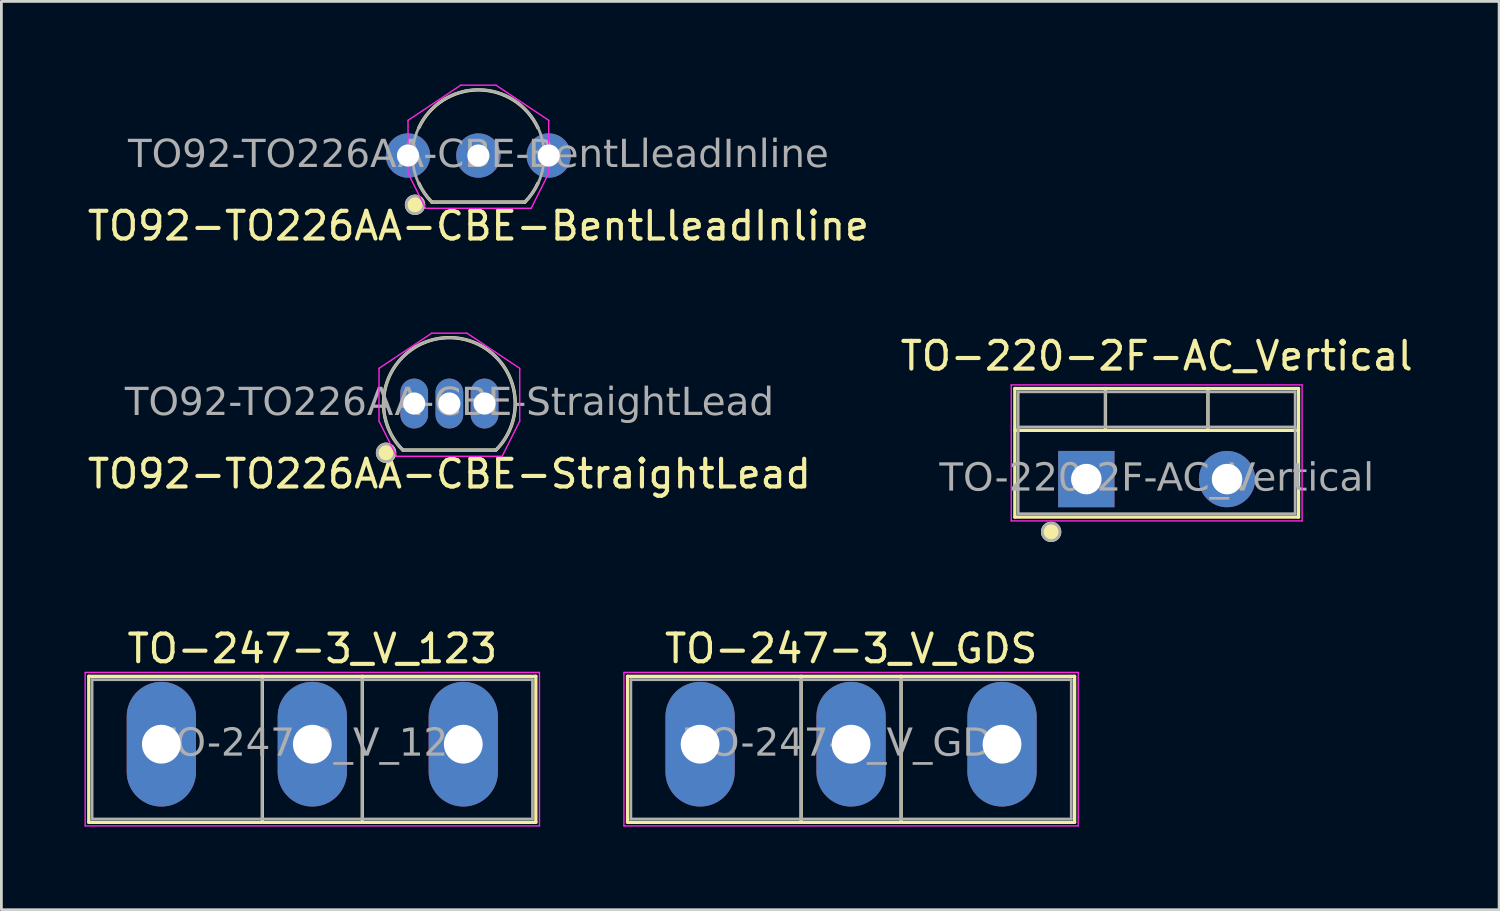
<source format=kicad_pcb>
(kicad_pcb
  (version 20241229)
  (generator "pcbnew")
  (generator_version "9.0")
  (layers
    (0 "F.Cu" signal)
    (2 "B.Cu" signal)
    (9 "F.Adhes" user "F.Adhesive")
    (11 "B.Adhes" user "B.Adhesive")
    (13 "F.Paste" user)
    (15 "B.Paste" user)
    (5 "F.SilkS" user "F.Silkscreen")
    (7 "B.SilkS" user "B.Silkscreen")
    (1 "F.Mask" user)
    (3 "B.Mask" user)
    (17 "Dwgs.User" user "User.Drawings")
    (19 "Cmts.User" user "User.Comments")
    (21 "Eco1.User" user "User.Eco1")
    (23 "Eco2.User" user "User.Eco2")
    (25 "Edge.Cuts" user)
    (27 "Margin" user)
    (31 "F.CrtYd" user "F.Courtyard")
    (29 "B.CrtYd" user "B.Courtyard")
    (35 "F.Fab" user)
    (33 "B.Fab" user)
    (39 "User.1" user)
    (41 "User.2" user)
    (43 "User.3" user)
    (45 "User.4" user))
  (footprint "TO92-TO226AA-CBE-BentLleadInline"
    (layer "F.Cu")
    (at 14.22 2.565)
    (property "Reference" "TO92-TO226AA-CBE-BentLleadInline" (at 0 2.54 0) (layer "F.SilkS") (effects (font (size 1 1) (thickness 0.15))))
    (attr through_hole)
    (fp_line (start -1.681 1.68) (end 1.681 1.68) (stroke (width 0.12) (type default)) (layer "F.SilkS"))
    (fp_arc (start -2.15 -1) (mid 0 -2.369703) (end 2.15 -1) (stroke (width 0.12) (type default)) (layer "F.SilkS"))
    (fp_arc (start -1.681 1.68) (mid -1.945246 1.360516) (end -2.15 1) (stroke (width 0.12) (type default)) (layer "F.SilkS"))
    (fp_arc (start 2.15 1) (mid 1.945246 1.360516) (end 1.681 1.68) (stroke (width 0.12) (type default)) (layer "F.SilkS"))
    (fp_circle (center -2.286 1.778) (end -1.968 1.778) (stroke (width 0.1) (type solid)) (fill yes) (layer "F.SilkS"))
    (fp_line (start -2.54 -1.27) (end -2.54 0.635) (stroke (width 0.05) (type solid)) (layer "F.CrtYd"))
    (fp_line (start -2.54 0.635) (end -1.905 1.905) (stroke (width 0.05) (type default)) (layer "F.CrtYd"))
    (fp_line (start -1.905 1.905) (end 1.905 1.905) (stroke (width 0.05) (type solid)) (layer "F.CrtYd"))
    (fp_line (start -0.635 -2.54) (end -2.54 -1.27) (stroke (width 0.05) (type default)) (layer "F.CrtYd"))
    (fp_line (start 0.635 -2.54) (end -0.635 -2.54) (stroke (width 0.05) (type solid)) (layer "F.CrtYd"))
    (fp_line (start 0.635 -2.54) (end 2.54 -1.27) (stroke (width 0.05) (type default)) (layer "F.CrtYd"))
    (fp_line (start 2.54 0.635) (end 1.905 1.905) (stroke (width 0.05) (type default)) (layer "F.CrtYd"))
    (fp_line (start 2.54 0.635) (end 2.54 -1.27) (stroke (width 0.05) (type solid)) (layer "F.CrtYd"))
    (fp_line (start 1.681 1.68) (end -1.681 1.68) (stroke (width 0.1) (type default)) (layer "F.Fab"))
    (fp_arc (start -1.68 1.68) (mid 0 -2.375877) (end 1.68 1.68) (stroke (width 0.1) (type default)) (layer "F.Fab"))
    (fp_circle (center -2.286 1.778) (end -1.968 1.778) (stroke (width 0.1) (type solid)) (fill no) (layer "F.Fab"))
    (fp_text user "${REFERENCE}" (at 0 0.000001 0) (layer "F.Fab") (effects (font (face "Tahoma") (size 1 1) (thickness 0.15))))
    (pad "B" thru_hole circle (at 0 0 90) (size 1.6 1.6) (drill 0.8) (layers "*.Cu" "*.Mask"))
    (pad "C" thru_hole circle (at -2.54 0 90) (size 1.6 1.6) (drill 0.8) (layers "*.Cu" "*.Mask"))
    (pad "E" thru_hole circle (at 2.54 0 90) (size 1.6 1.6) (drill 0.8) (layers "*.Cu" "*.Mask")))
  (footprint "TO-247-3_V_GDS"
    (layer "F.Cu")
    (at 27.675 23.817)
    (property "Reference" "TO-247-3_V_GDS" (at 0 -3.45 0) (layer "F.SilkS") (effects (font (size 1 1) (thickness 0.15))))
    (attr through_hole)
    (fp_line (start -8.07 -2.451) (end -8.07 2.82) (stroke (width 0.12) (type solid)) (layer "F.SilkS"))
    (fp_line (start -8.07 -2.451) (end 8.07 -2.451) (stroke (width 0.12) (type solid)) (layer "F.SilkS"))
    (fp_line (start -8.07 2.82) (end 8.07 2.82) (stroke (width 0.12) (type solid)) (layer "F.SilkS"))
    (fp_line (start -1.804 -2.451) (end -1.804 2.82) (stroke (width 0.12) (type solid)) (layer "F.SilkS"))
    (fp_line (start 1.805 -2.451) (end 1.805 2.82) (stroke (width 0.12) (type solid)) (layer "F.SilkS"))
    (fp_line (start 8.07 -2.451) (end 8.07 2.82) (stroke (width 0.12) (type solid)) (layer "F.SilkS"))
    (fp_line (start -8.2 -2.59) (end -8.2 2.95) (stroke (width 0.05) (type solid)) (layer "F.CrtYd"))
    (fp_line (start -8.2 2.95) (end 8.2 2.95) (stroke (width 0.05) (type solid)) (layer "F.CrtYd"))
    (fp_line (start 8.2 -2.59) (end -8.2 -2.59) (stroke (width 0.05) (type solid)) (layer "F.CrtYd"))
    (fp_line (start 8.2 2.95) (end 8.2 -2.59) (stroke (width 0.05) (type solid)) (layer "F.CrtYd"))
    (fp_line (start -7.95 -2.33) (end -7.95 2.7) (stroke (width 0.1) (type solid)) (layer "F.Fab"))
    (fp_line (start -7.95 2.7) (end 7.95 2.7) (stroke (width 0.1) (type solid)) (layer "F.Fab"))
    (fp_line (start -1.805 -2.33) (end -1.805 2.7) (stroke (width 0.1) (type solid)) (layer "F.Fab"))
    (fp_line (start 1.805 -2.33) (end 1.805 2.7) (stroke (width 0.1) (type solid)) (layer "F.Fab"))
    (fp_line (start 7.95 -2.33) (end -7.95 -2.33) (stroke (width 0.1) (type solid)) (layer "F.Fab"))
    (fp_line (start 7.95 2.7) (end 7.95 -2.33) (stroke (width 0.1) (type solid)) (layer "F.Fab"))
    (fp_text user "${REFERENCE}" (at 0 0 0) (layer "F.Fab") (effects (font (face "Tahoma") (size 1 1) (thickness 0.15))))
    (pad "D" thru_hole oval (at 0 0) (size 2.5 4.5) (drill 1.4) (layers "*.Cu" "*.Mask"))
    (pad "G" thru_hole oval (at -5.45 0) (size 2.5 4.5) (drill 1.4) (layers "*.Cu" "*.Mask"))
    (pad "S" thru_hole oval (at 5.45 0) (size 2.5 4.5) (drill 1.4) (layers "*.Cu" "*.Mask")))
  (footprint "TO-247-3_V_123"
    (layer "F.Cu")
    (at 8.225 23.817)
    (property "Reference" "TO-247-3_V_123" (at 0 -3.45 0) (layer "F.SilkS") (effects (font (size 1 1) (thickness 0.15))))
    (attr through_hole)
    (fp_line (start -8.07 -2.451) (end -8.07 2.82) (stroke (width 0.12) (type solid)) (layer "F.SilkS"))
    (fp_line (start -8.07 -2.451) (end 8.07 -2.451) (stroke (width 0.12) (type solid)) (layer "F.SilkS"))
    (fp_line (start -8.07 2.82) (end 8.07 2.82) (stroke (width 0.12) (type solid)) (layer "F.SilkS"))
    (fp_line (start -1.804 -2.451) (end -1.804 2.82) (stroke (width 0.12) (type solid)) (layer "F.SilkS"))
    (fp_line (start 1.805 -2.451) (end 1.805 2.82) (stroke (width 0.12) (type solid)) (layer "F.SilkS"))
    (fp_line (start 8.07 -2.451) (end 8.07 2.82) (stroke (width 0.12) (type solid)) (layer "F.SilkS"))
    (fp_line (start -8.2 -2.59) (end -8.2 2.95) (stroke (width 0.05) (type solid)) (layer "F.CrtYd"))
    (fp_line (start -8.2 2.95) (end 8.2 2.95) (stroke (width 0.05) (type solid)) (layer "F.CrtYd"))
    (fp_line (start 8.2 -2.59) (end -8.2 -2.59) (stroke (width 0.05) (type solid)) (layer "F.CrtYd"))
    (fp_line (start 8.2 2.95) (end 8.2 -2.59) (stroke (width 0.05) (type solid)) (layer "F.CrtYd"))
    (fp_line (start -7.95 -2.33) (end -7.95 2.7) (stroke (width 0.1) (type solid)) (layer "F.Fab"))
    (fp_line (start -7.95 2.7) (end 7.95 2.7) (stroke (width 0.1) (type solid)) (layer "F.Fab"))
    (fp_line (start -1.805 -2.33) (end -1.805 2.7) (stroke (width 0.1) (type solid)) (layer "F.Fab"))
    (fp_line (start 1.805 -2.33) (end 1.805 2.7) (stroke (width 0.1) (type solid)) (layer "F.Fab"))
    (fp_line (start 7.95 -2.33) (end -7.95 -2.33) (stroke (width 0.1) (type solid)) (layer "F.Fab"))
    (fp_line (start 7.95 2.7) (end 7.95 -2.33) (stroke (width 0.1) (type solid)) (layer "F.Fab"))
    (fp_text user "${REFERENCE}" (at 0 0 0) (layer "F.Fab") (effects (font (face "Tahoma") (size 1 1) (thickness 0.15))))
    (pad "1" thru_hole oval (at -5.45 0) (size 2.5 4.5) (drill 1.4) (layers "*.Cu" "*.Mask"))
    (pad "2" thru_hole oval (at 0 0) (size 2.5 4.5) (drill 1.4) (layers "*.Cu" "*.Mask"))
    (pad "3" thru_hole oval (at 5.45 0) (size 2.5 4.5) (drill 1.4) (layers "*.Cu" "*.Mask")))
  (footprint "TO-220-2F-AC_Vertical"
    (layer "F.Cu")
    (at 38.708 14.246)
    (property "Reference" "TO-220-2F-AC_Vertical" (at 0 -4.445 0) (layer "F.SilkS") (effects (font (size 1 1) (thickness 0.15))))
    (attr through_hole)
    (fp_line (start -5.12 -3.27) (end -5.12 1.371) (stroke (width 0.12) (type solid)) (layer "F.SilkS"))
    (fp_line (start -5.12 -3.27) (end 5.12 -3.27) (stroke (width 0.12) (type solid)) (layer "F.SilkS"))
    (fp_line (start -5.12 -1.76) (end 5.12 -1.76) (stroke (width 0.12) (type solid)) (layer "F.SilkS"))
    (fp_line (start -5.12 1.371) (end 5.12 1.371) (stroke (width 0.12) (type solid)) (layer "F.SilkS"))
    (fp_line (start -1.85 -3.27) (end -1.85 -1.76) (stroke (width 0.12) (type solid)) (layer "F.SilkS"))
    (fp_line (start 1.851 -3.27) (end 1.851 -1.76) (stroke (width 0.12) (type solid)) (layer "F.SilkS"))
    (fp_line (start 5.12 -3.27) (end 5.12 1.371) (stroke (width 0.12) (type solid)) (layer "F.SilkS"))
    (fp_circle (center -3.81 1.905) (end -3.493 1.905) (stroke (width 0.1) (type solid)) (fill yes) (layer "F.SilkS"))
    (fp_line (start -5.25 -3.4) (end -5.25 1.51) (stroke (width 0.05) (type solid)) (layer "F.CrtYd"))
    (fp_line (start -5.25 1.51) (end 5.25 1.51) (stroke (width 0.05) (type solid)) (layer "F.CrtYd"))
    (fp_line (start 5.25 -3.4) (end -5.25 -3.4) (stroke (width 0.05) (type solid)) (layer "F.CrtYd"))
    (fp_line (start 5.25 1.51) (end 5.25 -3.4) (stroke (width 0.05) (type solid)) (layer "F.CrtYd"))
    (fp_line (start -5 -3.15) (end -5 1.25) (stroke (width 0.1) (type solid)) (layer "F.Fab"))
    (fp_line (start -5 -1.88) (end 5 -1.88) (stroke (width 0.1) (type solid)) (layer "F.Fab"))
    (fp_line (start -5 1.25) (end 5 1.25) (stroke (width 0.1) (type solid)) (layer "F.Fab"))
    (fp_line (start -1.85 -3.15) (end -1.85 -1.88) (stroke (width 0.1) (type solid)) (layer "F.Fab"))
    (fp_line (start 1.85 -3.15) (end 1.85 -1.88) (stroke (width 0.1) (type solid)) (layer "F.Fab"))
    (fp_line (start 5 -3.15) (end -5 -3.15) (stroke (width 0.1) (type solid)) (layer "F.Fab"))
    (fp_line (start 5 1.25) (end 5 -3.15) (stroke (width 0.1) (type solid)) (layer "F.Fab"))
    (fp_circle (center -3.81 1.905) (end -3.493 1.905) (stroke (width 0.1) (type solid)) (fill no) (layer "F.Fab"))
    (fp_text user "${REFERENCE}" (at 0 0 0) (layer "F.Fab") (effects (font (face "Tahoma") (size 1 1) (thickness 0.15))))
    (pad "1" thru_hole rect (at -2.54 0 90) (size 2.032 2.032) (drill 1.1) (layers "*.Cu" "*.Mask"))
    (pad "2" thru_hole circle (at 2.54 0) (size 2.032 2.032) (drill 1.1) (layers "*.Cu" "*.Mask")))
  (footprint "TO92-TO226AA-CBE-StraightLead"
    (layer "F.Cu")
    (at 13.173 11.518)
    (property "Reference" "TO92-TO226AA-CBE-StraightLead" (at 0 2.54 0) (layer "F.SilkS") (effects (font (size 1 1) (thickness 0.15))))
    (attr through_hole)
    (fp_line (start -1.681 1.68) (end 1.681 1.68) (stroke (width 0.12) (type default)) (layer "F.SilkS"))
    (fp_arc (start -1.681 1.68) (mid 0 -2.378291) (end 1.681 1.68) (stroke (width 0.12) (type solid)) (layer "F.SilkS"))
    (fp_circle (center -2.286 1.778) (end -1.968 1.778) (stroke (width 0.1) (type solid)) (fill yes) (layer "F.SilkS"))
    (fp_line (start -2.54 -1.27) (end -2.54 0.635) (stroke (width 0.05) (type solid)) (layer "F.CrtYd"))
    (fp_line (start -2.54 0.635) (end -1.905 1.905) (stroke (width 0.05) (type default)) (layer "F.CrtYd"))
    (fp_line (start -1.905 1.905) (end 1.905 1.905) (stroke (width 0.05) (type solid)) (layer "F.CrtYd"))
    (fp_line (start -0.635 -2.54) (end -2.54 -1.27) (stroke (width 0.05) (type default)) (layer "F.CrtYd"))
    (fp_line (start 0.635 -2.54) (end -0.635 -2.54) (stroke (width 0.05) (type solid)) (layer "F.CrtYd"))
    (fp_line (start 0.635 -2.54) (end 2.54 -1.27) (stroke (width 0.05) (type default)) (layer "F.CrtYd"))
    (fp_line (start 2.54 0.635) (end 1.905 1.905) (stroke (width 0.05) (type default)) (layer "F.CrtYd"))
    (fp_line (start 2.54 0.635) (end 2.54 -1.27) (stroke (width 0.05) (type solid)) (layer "F.CrtYd"))
    (fp_line (start 1.681 1.68) (end -1.681 1.68) (stroke (width 0.1) (type default)) (layer "F.Fab"))
    (fp_arc (start -1.681 1.68) (mid 0 -2.378291) (end 1.681 1.68) (stroke (width 0.1) (type default)) (layer "F.Fab"))
    (fp_circle (center -2.286 1.778) (end -1.968 1.778) (stroke (width 0.1) (type solid)) (fill no) (layer "F.Fab"))
    (fp_text user "${REFERENCE}" (at 0 0 0) (layer "F.Fab") (effects (font (face "Tahoma") (size 1 1) (thickness 0.15))))
    (pad "B" thru_hole oval (at 0 0 90) (size 1.8 1) (drill 0.8) (layers "*.Cu" "*.Mask"))
    (pad "C" thru_hole oval (at -1.27 0 90) (size 1.8 1) (drill 0.8) (layers "*.Cu" "*.Mask"))
    (pad "E" thru_hole oval (at 1.27 0 90) (size 1.8 1) (drill 0.8) (layers "*.Cu" "*.Mask")))
  (gr_rect
    (start -3 -3)
    (end 51.071 29.792)
    (stroke (width 0.1) (type default))
    (fill no)
    (layer "Edge.Cuts")))
</source>
